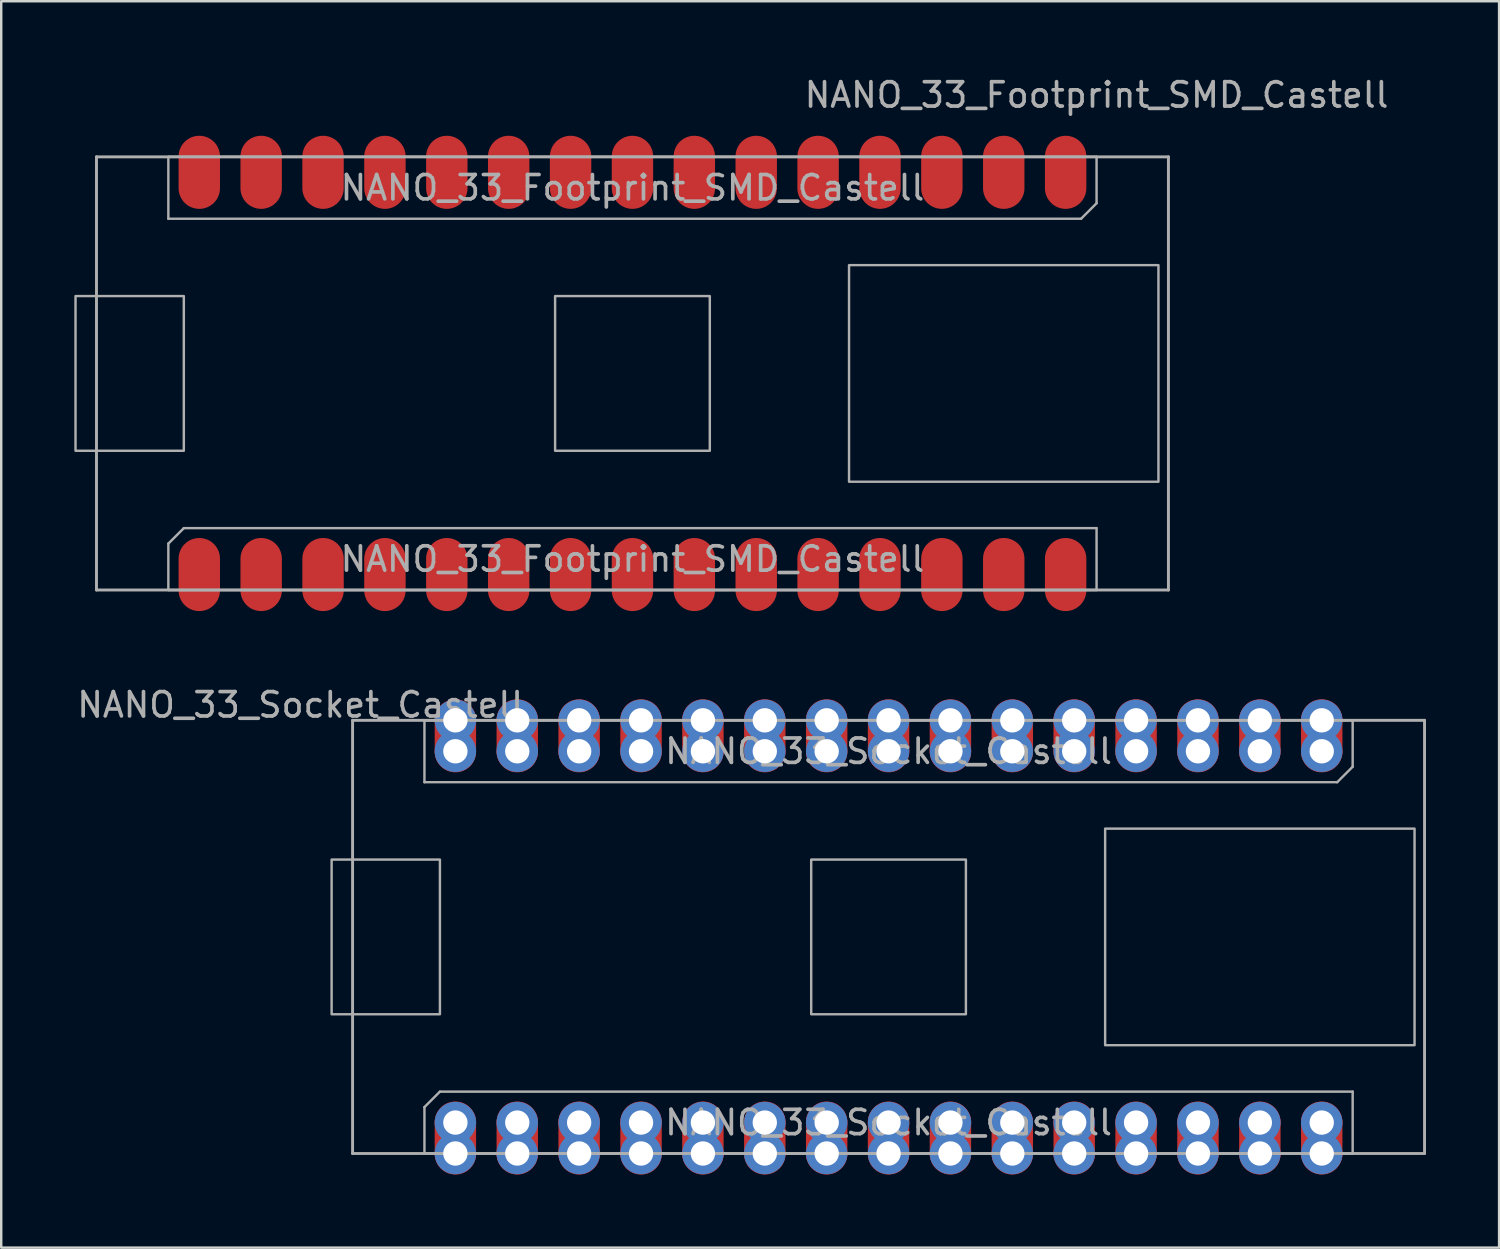
<source format=kicad_pcb>
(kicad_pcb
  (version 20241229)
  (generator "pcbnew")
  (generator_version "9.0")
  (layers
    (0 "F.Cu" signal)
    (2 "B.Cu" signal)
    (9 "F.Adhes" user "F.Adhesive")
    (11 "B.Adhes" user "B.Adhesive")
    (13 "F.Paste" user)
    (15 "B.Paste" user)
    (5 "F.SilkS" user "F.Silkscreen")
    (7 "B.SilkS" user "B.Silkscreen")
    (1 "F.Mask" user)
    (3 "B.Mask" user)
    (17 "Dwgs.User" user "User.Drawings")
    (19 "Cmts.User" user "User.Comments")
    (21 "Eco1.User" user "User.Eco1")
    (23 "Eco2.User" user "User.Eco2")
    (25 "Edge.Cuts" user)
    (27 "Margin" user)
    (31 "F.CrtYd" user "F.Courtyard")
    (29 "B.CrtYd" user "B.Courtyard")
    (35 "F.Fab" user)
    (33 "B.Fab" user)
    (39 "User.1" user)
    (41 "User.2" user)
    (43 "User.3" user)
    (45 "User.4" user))
  (footprint "NANO_33_Footprint_SMD_Castell"
    (layer "F.Cu")
    (at 22.91 12.278)
    (property "Reference" "NANO_33_Footprint_SMD_Castell" (at 19.05 -11.43 0) (layer "F.Fab") (effects (font (size 1 1) (thickness 0.15))))
    (attr through_hole)
    (fp_line (start -22 -8.89) (end 22 -8.89) (stroke (width 0.12) (type solid)) (layer "F.Fab"))
    (fp_line (start -22 8.89) (end -22 -8.89) (stroke (width 0.12) (type solid)) (layer "F.Fab"))
    (fp_line (start -22 8.89) (end 22 8.89) (stroke (width 0.12) (type solid)) (layer "F.Fab"))
    (fp_line (start -19.05 -8.89) (end 19.05 -8.89) (stroke (width 0.1) (type solid)) (layer "F.Fab"))
    (fp_line (start -19.05 -6.35) (end -19.05 -8.89) (stroke (width 0.1) (type solid)) (layer "F.Fab"))
    (fp_line (start -19.05 6.985) (end -18.415 6.35) (stroke (width 0.1) (type solid)) (layer "F.Fab"))
    (fp_line (start -19.05 8.89) (end -19.05 6.985) (stroke (width 0.1) (type solid)) (layer "F.Fab"))
    (fp_line (start -18.415 6.35) (end 19.05 6.35) (stroke (width 0.1) (type solid)) (layer "F.Fab"))
    (fp_line (start 18.415 -6.35) (end -19.05 -6.35) (stroke (width 0.1) (type solid)) (layer "F.Fab"))
    (fp_line (start 19.05 -8.89) (end 19.05 -6.985) (stroke (width 0.1) (type solid)) (layer "F.Fab"))
    (fp_line (start 19.05 -6.985) (end 18.415 -6.35) (stroke (width 0.1) (type solid)) (layer "F.Fab"))
    (fp_line (start 19.05 6.35) (end 19.05 8.89) (stroke (width 0.1) (type solid)) (layer "F.Fab"))
    (fp_line (start 19.05 8.89) (end -19.05 8.89) (stroke (width 0.1) (type solid)) (layer "F.Fab"))
    (fp_line (start 22 8.89) (end 22 -8.89) (stroke (width 0.12) (type solid)) (layer "F.Fab"))
    (fp_poly (pts (xy -22.86 3.175) (xy -18.415 3.175) (xy -18.415 -3.175) (xy -22.86 -3.175)) (stroke (width 0.1) (type solid)) (fill no) (layer "F.Fab"))
    (fp_poly (pts (xy -3.175 3.175) (xy 3.175 3.175) (xy 3.175 -3.175) (xy -3.175 -3.175)) (stroke (width 0.1) (type solid)) (fill no) (layer "F.Fab"))
    (fp_poly (pts (xy 8.89 4.445) (xy 21.59 4.445) (xy 21.59 -4.445) (xy 8.89 -4.445)) (stroke (width 0.1) (type solid)) (fill no) (layer "F.Fab"))
    (fp_text user "${REFERENCE}" (at 0 7.62 180) (layer "F.Fab") (effects (font (size 1 1) (thickness 0.15))))
    (fp_text user "${REFERENCE}" (at 0 -7.62 0) (layer "F.Fab") (effects (font (size 1 1) (thickness 0.15))))
    (pad "1" smd oval (at -17.78 8.255 90) (size 3 1.7) (layers "F.Cu" "F.Mask"))
    (pad "2" smd oval (at -15.24 8.255 90) (size 3 1.7) (layers "F.Cu" "F.Mask"))
    (pad "3" smd oval (at -12.7 8.255 90) (size 3 1.7) (layers "F.Cu" "F.Mask"))
    (pad "4" smd oval (at -10.16 8.255 90) (size 3 1.7) (layers "F.Cu" "F.Mask"))
    (pad "5" smd oval (at -7.62 8.255 90) (size 3 1.7) (layers "F.Cu" "F.Mask"))
    (pad "6" smd oval (at -5.08 8.255 90) (size 3 1.7) (layers "F.Cu" "F.Mask"))
    (pad "7" smd oval (at -2.54 8.255 90) (size 3 1.7) (layers "F.Cu" "F.Mask"))
    (pad "8" smd oval (at 0 8.255 90) (size 3 1.7) (layers "F.Cu" "F.Mask"))
    (pad "9" smd oval (at 2.54 8.255 90) (size 3 1.7) (layers "F.Cu" "F.Mask"))
    (pad "10" smd oval (at 5.08 8.255 90) (size 3 1.7) (layers "F.Cu" "F.Mask"))
    (pad "11" smd oval (at 7.62 8.255 90) (size 3 1.7) (layers "F.Cu" "F.Mask"))
    (pad "12" smd oval (at 10.16 8.255 90) (size 3 1.7) (layers "F.Cu" "F.Mask"))
    (pad "13" smd oval (at 12.7 8.255 90) (size 3 1.7) (layers "F.Cu" "F.Mask"))
    (pad "14" smd oval (at 15.24 8.255 90) (size 3 1.7) (layers "F.Cu" "F.Mask"))
    (pad "15" smd oval (at 17.78 8.255 90) (size 3 1.7) (layers "F.Cu" "F.Mask"))
    (pad "16" smd oval (at 17.78 -8.255 270) (size 3 1.7) (layers "F.Cu" "F.Mask"))
    (pad "17" smd oval (at 15.24 -8.255 270) (size 3 1.7) (layers "F.Cu" "F.Mask"))
    (pad "18" smd oval (at 12.7 -8.255 270) (size 3 1.7) (layers "F.Cu" "F.Mask"))
    (pad "19" smd oval (at 10.16 -8.255 270) (size 3 1.7) (layers "F.Cu" "F.Mask"))
    (pad "20" smd oval (at 7.62 -8.255 270) (size 3 1.7) (layers "F.Cu" "F.Mask"))
    (pad "21" smd oval (at 5.08 -8.255 270) (size 3 1.7) (layers "F.Cu" "F.Mask"))
    (pad "22" smd oval (at 2.54 -8.255 270) (size 3 1.7) (layers "F.Cu" "F.Mask"))
    (pad "23" smd oval (at 0 -8.255 270) (size 3 1.7) (layers "F.Cu" "F.Mask"))
    (pad "24" smd oval (at -2.54 -8.255 270) (size 3 1.7) (layers "F.Cu" "F.Mask"))
    (pad "25" smd oval (at -5.08 -8.255 270) (size 3 1.7) (layers "F.Cu" "F.Mask"))
    (pad "26" smd oval (at -7.62 -8.255 270) (size 3 1.7) (layers "F.Cu" "F.Mask"))
    (pad "27" smd oval (at -10.16 -8.255 270) (size 3 1.7) (layers "F.Cu" "F.Mask"))
    (pad "28" smd oval (at -12.7 -8.255 270) (size 3 1.7) (layers "F.Cu" "F.Mask"))
    (pad "29" smd oval (at -15.24 -8.255 270) (size 3 1.7) (layers "F.Cu" "F.Mask"))
    (pad "30" smd oval (at -17.78 -8.255 270) (size 3 1.7) (layers "F.Cu" "F.Mask")))
  (footprint "NANO_33_Socket_Castell"
    (layer "F.Cu")
    (at 33.422 35.407)
    (property "Reference" "NANO_33_Socket_Castell" (at -24.13 -9.525 0) (layer "F.Fab") (effects (font (size 1 1) (thickness 0.15))))
    (attr through_hole)
    (fp_line (start -22 -8.89) (end 22 -8.89) (stroke (width 0.12) (type solid)) (layer "F.Fab"))
    (fp_line (start -22 8.89) (end -22 -8.89) (stroke (width 0.12) (type solid)) (layer "F.Fab"))
    (fp_line (start -22 8.89) (end 22 8.89) (stroke (width 0.12) (type solid)) (layer "F.Fab"))
    (fp_line (start -19.05 -8.89) (end 19.05 -8.89) (stroke (width 0.1) (type solid)) (layer "F.Fab"))
    (fp_line (start -19.05 -6.35) (end -19.05 -8.89) (stroke (width 0.1) (type solid)) (layer "F.Fab"))
    (fp_line (start -19.05 6.985) (end -18.415 6.35) (stroke (width 0.1) (type solid)) (layer "F.Fab"))
    (fp_line (start -19.05 8.89) (end -19.05 6.985) (stroke (width 0.1) (type solid)) (layer "F.Fab"))
    (fp_line (start -18.415 6.35) (end 19.05 6.35) (stroke (width 0.1) (type solid)) (layer "F.Fab"))
    (fp_line (start 18.415 -6.35) (end -19.05 -6.35) (stroke (width 0.1) (type solid)) (layer "F.Fab"))
    (fp_line (start 19.05 -8.89) (end 19.05 -6.985) (stroke (width 0.1) (type solid)) (layer "F.Fab"))
    (fp_line (start 19.05 -6.985) (end 18.415 -6.35) (stroke (width 0.1) (type solid)) (layer "F.Fab"))
    (fp_line (start 19.05 6.35) (end 19.05 8.89) (stroke (width 0.1) (type solid)) (layer "F.Fab"))
    (fp_line (start 19.05 8.89) (end -19.05 8.89) (stroke (width 0.1) (type solid)) (layer "F.Fab"))
    (fp_line (start 22 8.89) (end 22 -8.89) (stroke (width 0.12) (type solid)) (layer "F.Fab"))
    (fp_poly (pts (xy -22.86 3.175) (xy -18.415 3.175) (xy -18.415 -3.175) (xy -22.86 -3.175)) (stroke (width 0.1) (type solid)) (fill no) (layer "F.Fab"))
    (fp_poly (pts (xy -3.175 3.175) (xy 3.175 3.175) (xy 3.175 -3.175) (xy -3.175 -3.175)) (stroke (width 0.1) (type solid)) (fill no) (layer "F.Fab"))
    (fp_poly (pts (xy 8.89 4.445) (xy 21.59 4.445) (xy 21.59 -4.445) (xy 8.89 -4.445)) (stroke (width 0.1) (type solid)) (fill no) (layer "F.Fab"))
    (fp_text user "${REFERENCE}" (at 0 -7.62 0) (layer "F.Fab") (effects (font (size 1 1) (thickness 0.15))))
    (fp_text user "${REFERENCE}" (at 0 7.62 180) (layer "F.Fab") (effects (font (size 1 1) (thickness 0.15))))
    (pad "" thru_hole circle (at -17.78 -8.89 270) (size 1.7 1.7) (drill 1) (layers "*.Cu" "*.Mask"))
    (pad "" smd oval (at -17.78 -8.255 270) (size 3 1.7) (layers "F.Cu" "F.Mask"))
    (pad "" smd oval (at -17.78 8.255 90) (size 3 1.7) (layers "F.Cu" "F.Mask"))
    (pad "" thru_hole circle (at -17.78 8.89 90) (size 1.7 1.7) (drill 1) (layers "*.Cu" "*.Mask"))
    (pad "" thru_hole circle (at -15.24 -8.89 270) (size 1.7 1.7) (drill 1) (layers "*.Cu" "*.Mask"))
    (pad "" smd oval (at -15.24 -8.255 270) (size 3 1.7) (layers "F.Cu" "F.Mask"))
    (pad "" smd oval (at -15.24 8.255 90) (size 3 1.7) (layers "F.Cu" "F.Mask"))
    (pad "" thru_hole circle (at -15.24 8.89 90) (size 1.7 1.7) (drill 1) (layers "*.Cu" "*.Mask"))
    (pad "" thru_hole circle (at -12.7 -8.89 270) (size 1.7 1.7) (drill 1) (layers "*.Cu" "*.Mask"))
    (pad "" smd oval (at -12.7 -8.255 270) (size 3 1.7) (layers "F.Cu" "F.Mask"))
    (pad "" smd oval (at -12.7 8.255 90) (size 3 1.7) (layers "F.Cu" "F.Mask"))
    (pad "" thru_hole circle (at -12.7 8.89 90) (size 1.7 1.7) (drill 1) (layers "*.Cu" "*.Mask"))
    (pad "" thru_hole circle (at -10.16 -8.89 270) (size 1.7 1.7) (drill 1) (layers "*.Cu" "*.Mask"))
    (pad "" smd oval (at -10.16 -8.255 270) (size 3 1.7) (layers "F.Cu" "F.Mask"))
    (pad "" smd oval (at -10.16 8.255 90) (size 3 1.7) (layers "F.Cu" "F.Mask"))
    (pad "" thru_hole circle (at -10.16 8.89 90) (size 1.7 1.7) (drill 1) (layers "*.Cu" "*.Mask"))
    (pad "" thru_hole circle (at -7.62 -8.89 270) (size 1.7 1.7) (drill 1) (layers "*.Cu" "*.Mask"))
    (pad "" smd oval (at -7.62 -8.255 270) (size 3 1.7) (layers "F.Cu" "F.Mask"))
    (pad "" smd oval (at -7.62 8.255 90) (size 3 1.7) (layers "F.Cu" "F.Mask"))
    (pad "" thru_hole circle (at -7.62 8.89 90) (size 1.7 1.7) (drill 1) (layers "*.Cu" "*.Mask"))
    (pad "" thru_hole circle (at -5.08 -8.89 270) (size 1.7 1.7) (drill 1) (layers "*.Cu" "*.Mask"))
    (pad "" smd oval (at -5.08 -8.255 270) (size 3 1.7) (layers "F.Cu" "F.Mask"))
    (pad "" smd oval (at -5.08 8.255 90) (size 3 1.7) (layers "F.Cu" "F.Mask"))
    (pad "" thru_hole circle (at -5.08 8.89 90) (size 1.7 1.7) (drill 1) (layers "*.Cu" "*.Mask"))
    (pad "" thru_hole circle (at -2.54 -8.89 270) (size 1.7 1.7) (drill 1) (layers "*.Cu" "*.Mask"))
    (pad "" smd oval (at -2.54 -8.255 270) (size 3 1.7) (layers "F.Cu" "F.Mask"))
    (pad "" smd oval (at -2.54 8.255 90) (size 3 1.7) (layers "F.Cu" "F.Mask"))
    (pad "" thru_hole circle (at -2.54 8.89 90) (size 1.7 1.7) (drill 1) (layers "*.Cu" "*.Mask"))
    (pad "" thru_hole circle (at 0 -8.89 270) (size 1.7 1.7) (drill 1) (layers "*.Cu" "*.Mask"))
    (pad "" smd oval (at 0 -8.255 270) (size 3 1.7) (layers "F.Cu" "F.Mask"))
    (pad "" smd oval (at 0 8.255 90) (size 3 1.7) (layers "F.Cu" "F.Mask"))
    (pad "" thru_hole circle (at 0 8.89 90) (size 1.7 1.7) (drill 1) (layers "*.Cu" "*.Mask"))
    (pad "" thru_hole circle (at 2.54 -8.89 270) (size 1.7 1.7) (drill 1) (layers "*.Cu" "*.Mask"))
    (pad "" smd oval (at 2.54 -8.255 270) (size 3 1.7) (layers "F.Cu" "F.Mask"))
    (pad "" smd oval (at 2.54 8.255 90) (size 3 1.7) (layers "F.Cu" "F.Mask"))
    (pad "" thru_hole circle (at 2.54 8.89 90) (size 1.7 1.7) (drill 1) (layers "*.Cu" "*.Mask"))
    (pad "" thru_hole circle (at 5.08 -8.89 270) (size 1.7 1.7) (drill 1) (layers "*.Cu" "*.Mask"))
    (pad "" smd oval (at 5.08 -8.255 270) (size 3 1.7) (layers "F.Cu" "F.Mask"))
    (pad "" smd oval (at 5.08 8.255 90) (size 3 1.7) (layers "F.Cu" "F.Mask"))
    (pad "" thru_hole circle (at 5.08 8.89 90) (size 1.7 1.7) (drill 1) (layers "*.Cu" "*.Mask"))
    (pad "" thru_hole circle (at 7.62 -8.89 270) (size 1.7 1.7) (drill 1) (layers "*.Cu" "*.Mask"))
    (pad "" smd oval (at 7.62 -8.255 270) (size 3 1.7) (layers "F.Cu" "F.Mask"))
    (pad "" smd oval (at 7.62 8.255 90) (size 3 1.7) (layers "F.Cu" "F.Mask"))
    (pad "" thru_hole circle (at 7.62 8.89 90) (size 1.7 1.7) (drill 1) (layers "*.Cu" "*.Mask"))
    (pad "" thru_hole circle (at 10.16 -8.89 270) (size 1.7 1.7) (drill 1) (layers "*.Cu" "*.Mask"))
    (pad "" smd oval (at 10.16 -8.255 270) (size 3 1.7) (layers "F.Cu" "F.Mask"))
    (pad "" smd oval (at 10.16 8.255 90) (size 3 1.7) (layers "F.Cu" "F.Mask"))
    (pad "" thru_hole circle (at 10.16 8.89 90) (size 1.7 1.7) (drill 1) (layers "*.Cu" "*.Mask"))
    (pad "" thru_hole circle (at 12.7 -8.89 270) (size 1.7 1.7) (drill 1) (layers "*.Cu" "*.Mask"))
    (pad "" smd oval (at 12.7 -8.255 270) (size 3 1.7) (layers "F.Cu" "F.Mask"))
    (pad "" smd oval (at 12.7 8.255 90) (size 3 1.7) (layers "F.Cu" "F.Mask"))
    (pad "" thru_hole circle (at 12.7 8.89 90) (size 1.7 1.7) (drill 1) (layers "*.Cu" "*.Mask"))
    (pad "" thru_hole circle (at 15.24 -8.89 270) (size 1.7 1.7) (drill 1) (layers "*.Cu" "*.Mask"))
    (pad "" smd oval (at 15.24 -8.255 270) (size 3 1.7) (layers "F.Cu" "F.Mask"))
    (pad "" smd oval (at 15.24 8.255 90) (size 3 1.7) (layers "F.Cu" "F.Mask"))
    (pad "" thru_hole circle (at 15.24 8.89 90) (size 1.7 1.7) (drill 1) (layers "*.Cu" "*.Mask"))
    (pad "" thru_hole circle (at 17.78 -8.89 270) (size 1.7 1.7) (drill 1) (layers "*.Cu" "*.Mask"))
    (pad "" smd oval (at 17.78 -8.255 270) (size 3 1.7) (layers "F.Cu" "F.Mask"))
    (pad "" smd oval (at 17.78 8.255 90) (size 3 1.7) (layers "F.Cu" "F.Mask"))
    (pad "" thru_hole circle (at 17.78 8.89 90) (size 1.7 1.7) (drill 1) (layers "*.Cu" "*.Mask"))
    (pad "1" thru_hole circle (at -17.78 7.62 90) (size 1.7 1.7) (drill 1) (layers "*.Cu" "*.Mask"))
    (pad "2" thru_hole oval (at -15.24 7.62 90) (size 1.7 1.7) (drill 1) (layers "*.Cu" "*.Mask"))
    (pad "3" thru_hole oval (at -12.7 7.62 90) (size 1.7 1.7) (drill 1) (layers "*.Cu" "*.Mask"))
    (pad "4" thru_hole oval (at -10.16 7.62 90) (size 1.7 1.7) (drill 1) (layers "*.Cu" "*.Mask"))
    (pad "5" thru_hole oval (at -7.62 7.62 90) (size 1.7 1.7) (drill 1) (layers "*.Cu" "*.Mask"))
    (pad "6" thru_hole oval (at -5.08 7.62 90) (size 1.7 1.7) (drill 1) (layers "*.Cu" "*.Mask"))
    (pad "7" thru_hole oval (at -2.54 7.62 90) (size 1.7 1.7) (drill 1) (layers "*.Cu" "*.Mask"))
    (pad "8" thru_hole oval (at 0 7.62 90) (size 1.7 1.7) (drill 1) (layers "*.Cu" "*.Mask"))
    (pad "9" thru_hole oval (at 2.54 7.62 90) (size 1.7 1.7) (drill 1) (layers "*.Cu" "*.Mask"))
    (pad "10" thru_hole oval (at 5.08 7.62 90) (size 1.7 1.7) (drill 1) (layers "*.Cu" "*.Mask"))
    (pad "11" thru_hole oval (at 7.62 7.62 90) (size 1.7 1.7) (drill 1) (layers "*.Cu" "*.Mask"))
    (pad "12" thru_hole oval (at 10.16 7.62 90) (size 1.7 1.7) (drill 1) (layers "*.Cu" "*.Mask"))
    (pad "13" thru_hole oval (at 12.7 7.62 90) (size 1.7 1.7) (drill 1) (layers "*.Cu" "*.Mask"))
    (pad "14" thru_hole oval (at 15.24 7.62 90) (size 1.7 1.7) (drill 1) (layers "*.Cu" "*.Mask"))
    (pad "15" thru_hole oval (at 17.78 7.62 90) (size 1.7 1.7) (drill 1) (layers "*.Cu" "*.Mask"))
    (pad "16" thru_hole circle (at 17.78 -7.62 270) (size 1.7 1.7) (drill 1) (layers "*.Cu" "*.Mask"))
    (pad "17" thru_hole oval (at 15.24 -7.62 270) (size 1.7 1.7) (drill 1) (layers "*.Cu" "*.Mask"))
    (pad "18" thru_hole oval (at 12.7 -7.62 270) (size 1.7 1.7) (drill 1) (layers "*.Cu" "*.Mask"))
    (pad "19" thru_hole oval (at 10.16 -7.62 270) (size 1.7 1.7) (drill 1) (layers "*.Cu" "*.Mask"))
    (pad "20" thru_hole oval (at 7.62 -7.62 270) (size 1.7 1.7) (drill 1) (layers "*.Cu" "*.Mask"))
    (pad "21" thru_hole oval (at 5.08 -7.62 270) (size 1.7 1.7) (drill 1) (layers "*.Cu" "*.Mask"))
    (pad "22" thru_hole oval (at 2.54 -7.62 270) (size 1.7 1.7) (drill 1) (layers "*.Cu" "*.Mask"))
    (pad "23" thru_hole oval (at 0 -7.62 270) (size 1.7 1.7) (drill 1) (layers "*.Cu" "*.Mask"))
    (pad "24" thru_hole oval (at -2.54 -7.62 270) (size 1.7 1.7) (drill 1) (layers "*.Cu" "*.Mask"))
    (pad "25" thru_hole oval (at -5.08 -7.62 270) (size 1.7 1.7) (drill 1) (layers "*.Cu" "*.Mask"))
    (pad "26" thru_hole oval (at -7.62 -7.62 270) (size 1.7 1.7) (drill 1) (layers "*.Cu" "*.Mask"))
    (pad "27" thru_hole oval (at -10.16 -7.62 270) (size 1.7 1.7) (drill 1) (layers "*.Cu" "*.Mask"))
    (pad "28" thru_hole oval (at -12.7 -7.62 270) (size 1.7 1.7) (drill 1) (layers "*.Cu" "*.Mask"))
    (pad "29" thru_hole oval (at -15.24 -7.62 270) (size 1.7 1.7) (drill 1) (layers "*.Cu" "*.Mask"))
    (pad "30" thru_hole oval (at -17.78 -7.62 270) (size 1.7 1.7) (drill 1) (layers "*.Cu" "*.Mask")))
  (gr_rect
    (start -3 -3)
    (end 58.482 48.161)
    (stroke (width 0.1) (type default))
    (fill no)
    (layer "Edge.Cuts")))
</source>
